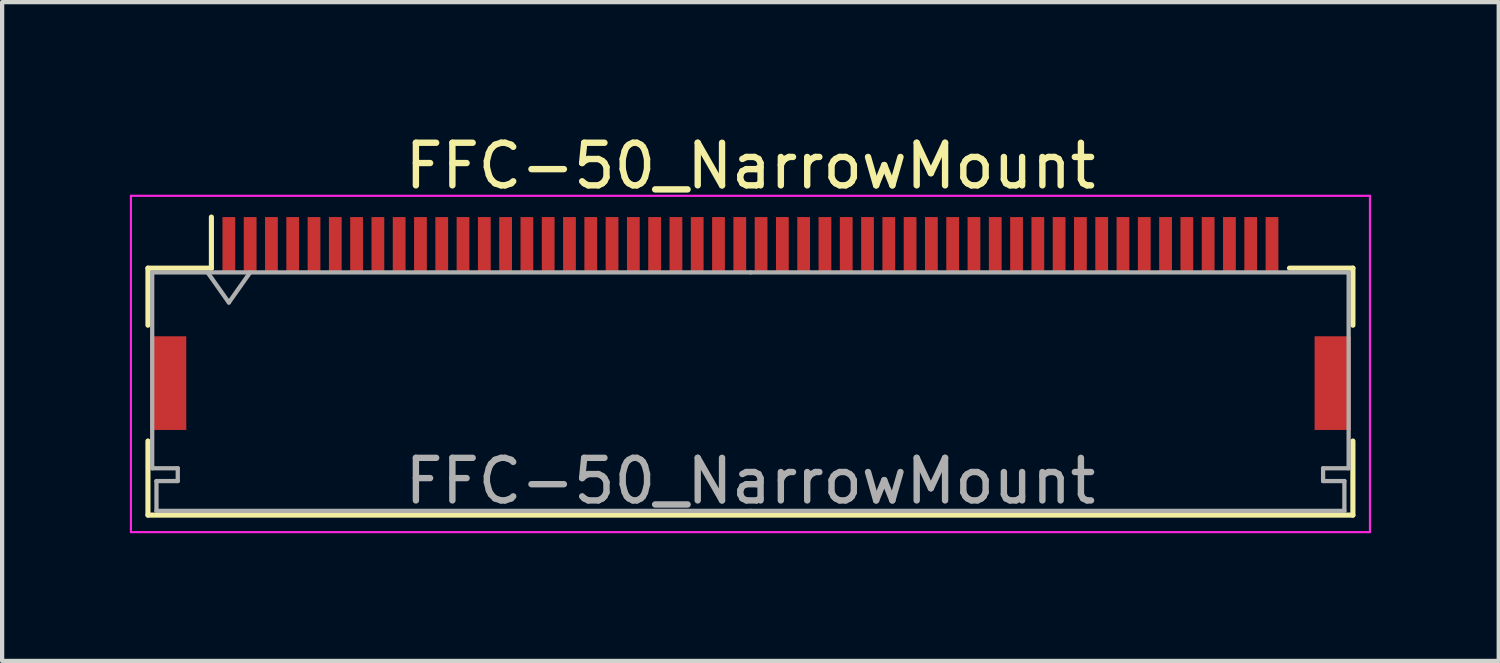
<source format=kicad_pcb>
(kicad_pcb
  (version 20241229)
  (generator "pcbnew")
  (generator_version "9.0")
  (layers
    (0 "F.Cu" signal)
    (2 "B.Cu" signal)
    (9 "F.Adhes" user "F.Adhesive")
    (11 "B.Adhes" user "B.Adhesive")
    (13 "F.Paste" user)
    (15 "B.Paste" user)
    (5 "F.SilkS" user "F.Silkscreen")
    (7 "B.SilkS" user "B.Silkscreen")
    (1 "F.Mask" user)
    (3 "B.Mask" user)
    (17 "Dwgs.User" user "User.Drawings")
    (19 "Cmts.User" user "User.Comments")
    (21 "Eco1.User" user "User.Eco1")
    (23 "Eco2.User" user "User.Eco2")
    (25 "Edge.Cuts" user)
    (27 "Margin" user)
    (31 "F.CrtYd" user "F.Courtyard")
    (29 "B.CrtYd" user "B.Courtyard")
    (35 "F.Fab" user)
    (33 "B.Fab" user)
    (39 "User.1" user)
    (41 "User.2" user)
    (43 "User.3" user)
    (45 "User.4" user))
  (footprint "FFC-50_NarrowMount"
    (layer "F.Cu")
    (at 14.575 4.548)
    (property "Reference" "FFC-50_NarrowMount" (at 0 -3.7 0) (layer "F.SilkS") (effects (font (size 1 1) (thickness 0.15))))
    (attr smd)
    (fp_line (start -14.15 -1.3) (end -14.15 0.04) (stroke (width 0.12) (type solid)) (layer "F.SilkS"))
    (fp_line (start -14.15 2.76) (end -14.15 4.5) (stroke (width 0.12) (type solid)) (layer "F.SilkS"))
    (fp_line (start -14.15 4.5) (end 14.15 4.5) (stroke (width 0.12) (type solid)) (layer "F.SilkS"))
    (fp_line (start -12.66 -1.3) (end -14.15 -1.3) (stroke (width 0.12) (type solid)) (layer "F.SilkS"))
    (fp_line (start -12.66 -1.3) (end -12.66 -2.5) (stroke (width 0.12) (type solid)) (layer "F.SilkS"))
    (fp_line (start 12.66 -1.3) (end 14.15 -1.3) (stroke (width 0.12) (type solid)) (layer "F.SilkS"))
    (fp_line (start 14.15 -1.3) (end 14.15 0.04) (stroke (width 0.12) (type solid)) (layer "F.SilkS"))
    (fp_line (start 14.15 4.5) (end 14.15 2.76) (stroke (width 0.12) (type solid)) (layer "F.SilkS"))
    (fp_line (start -14.55 -3) (end -14.55 4.9) (stroke (width 0.05) (type solid)) (layer "F.CrtYd"))
    (fp_line (start -14.55 4.9) (end 14.55 4.9) (stroke (width 0.05) (type solid)) (layer "F.CrtYd"))
    (fp_line (start 14.55 -3) (end -14.55 -3) (stroke (width 0.05) (type solid)) (layer "F.CrtYd"))
    (fp_line (start 14.55 4.9) (end 14.55 -3) (stroke (width 0.05) (type solid)) (layer "F.CrtYd"))
    (fp_line (start -14.05 -1.2) (end -14.05 3.4) (stroke (width 0.1) (type solid)) (layer "F.Fab"))
    (fp_line (start -14.05 3.4) (end -13.45 3.4) (stroke (width 0.1) (type solid)) (layer "F.Fab"))
    (fp_line (start -13.95 3.7) (end -13.95 4.4) (stroke (width 0.1) (type solid)) (layer "F.Fab"))
    (fp_line (start -13.95 4.4) (end 0 4.4) (stroke (width 0.1) (type solid)) (layer "F.Fab"))
    (fp_line (start -13.45 3.4) (end -13.45 3.7) (stroke (width 0.1) (type solid)) (layer "F.Fab"))
    (fp_line (start -13.45 3.7) (end -13.95 3.7) (stroke (width 0.1) (type solid)) (layer "F.Fab"))
    (fp_line (start -12.75 -1.2) (end -12.25 -0.493) (stroke (width 0.1) (type solid)) (layer "F.Fab"))
    (fp_line (start -12.25 -0.493) (end -11.75 -1.2) (stroke (width 0.1) (type solid)) (layer "F.Fab"))
    (fp_line (start 0 -1.2) (end -14.05 -1.2) (stroke (width 0.1) (type solid)) (layer "F.Fab"))
    (fp_line (start 0 -1.2) (end 14.05 -1.2) (stroke (width 0.1) (type solid)) (layer "F.Fab"))
    (fp_line (start 13.45 3.4) (end 13.45 3.7) (stroke (width 0.1) (type solid)) (layer "F.Fab"))
    (fp_line (start 13.45 3.7) (end 13.95 3.7) (stroke (width 0.1) (type solid)) (layer "F.Fab"))
    (fp_line (start 13.95 3.7) (end 13.95 4.4) (stroke (width 0.1) (type solid)) (layer "F.Fab"))
    (fp_line (start 13.95 4.4) (end 0 4.4) (stroke (width 0.1) (type solid)) (layer "F.Fab"))
    (fp_line (start 14.05 -1.2) (end 14.05 3.4) (stroke (width 0.1) (type solid)) (layer "F.Fab"))
    (fp_line (start 14.05 3.4) (end 13.45 3.4) (stroke (width 0.1) (type solid)) (layer "F.Fab"))
    (fp_text user "${REFERENCE}" (at 0 3.7 0) (layer "F.Fab") (effects (font (size 1 1) (thickness 0.15))))
    (pad "1" smd rect (at -12.25 -1.85) (size 0.3 1.3) (layers "F.Cu" "F.Mask" "F.Paste"))
    (pad "2" smd rect (at -11.75 -1.85) (size 0.3 1.3) (layers "F.Cu" "F.Mask" "F.Paste"))
    (pad "3" smd rect (at -11.25 -1.85) (size 0.3 1.3) (layers "F.Cu" "F.Mask" "F.Paste"))
    (pad "4" smd rect (at -10.75 -1.85) (size 0.3 1.3) (layers "F.Cu" "F.Mask" "F.Paste"))
    (pad "5" smd rect (at -10.25 -1.85) (size 0.3 1.3) (layers "F.Cu" "F.Mask" "F.Paste"))
    (pad "6" smd rect (at -9.75 -1.85) (size 0.3 1.3) (layers "F.Cu" "F.Mask" "F.Paste"))
    (pad "7" smd rect (at -9.25 -1.85) (size 0.3 1.3) (layers "F.Cu" "F.Mask" "F.Paste"))
    (pad "8" smd rect (at -8.75 -1.85) (size 0.3 1.3) (layers "F.Cu" "F.Mask" "F.Paste"))
    (pad "9" smd rect (at -8.25 -1.85) (size 0.3 1.3) (layers "F.Cu" "F.Mask" "F.Paste"))
    (pad "10" smd rect (at -7.75 -1.85) (size 0.3 1.3) (layers "F.Cu" "F.Mask" "F.Paste"))
    (pad "11" smd rect (at -7.25 -1.85) (size 0.3 1.3) (layers "F.Cu" "F.Mask" "F.Paste"))
    (pad "12" smd rect (at -6.75 -1.85) (size 0.3 1.3) (layers "F.Cu" "F.Mask" "F.Paste"))
    (pad "13" smd rect (at -6.25 -1.85) (size 0.3 1.3) (layers "F.Cu" "F.Mask" "F.Paste"))
    (pad "14" smd rect (at -5.75 -1.85) (size 0.3 1.3) (layers "F.Cu" "F.Mask" "F.Paste"))
    (pad "15" smd rect (at -5.25 -1.85) (size 0.3 1.3) (layers "F.Cu" "F.Mask" "F.Paste"))
    (pad "16" smd rect (at -4.75 -1.85) (size 0.3 1.3) (layers "F.Cu" "F.Mask" "F.Paste"))
    (pad "17" smd rect (at -4.25 -1.85) (size 0.3 1.3) (layers "F.Cu" "F.Mask" "F.Paste"))
    (pad "18" smd rect (at -3.75 -1.85) (size 0.3 1.3) (layers "F.Cu" "F.Mask" "F.Paste"))
    (pad "19" smd rect (at -3.25 -1.85) (size 0.3 1.3) (layers "F.Cu" "F.Mask" "F.Paste"))
    (pad "20" smd rect (at -2.75 -1.85) (size 0.3 1.3) (layers "F.Cu" "F.Mask" "F.Paste"))
    (pad "21" smd rect (at -2.25 -1.85) (size 0.3 1.3) (layers "F.Cu" "F.Mask" "F.Paste"))
    (pad "22" smd rect (at -1.75 -1.85) (size 0.3 1.3) (layers "F.Cu" "F.Mask" "F.Paste"))
    (pad "23" smd rect (at -1.25 -1.85) (size 0.3 1.3) (layers "F.Cu" "F.Mask" "F.Paste"))
    (pad "24" smd rect (at -0.75 -1.85) (size 0.3 1.3) (layers "F.Cu" "F.Mask" "F.Paste"))
    (pad "25" smd rect (at -0.25 -1.85) (size 0.3 1.3) (layers "F.Cu" "F.Mask" "F.Paste"))
    (pad "26" smd rect (at 0.25 -1.85) (size 0.3 1.3) (layers "F.Cu" "F.Mask" "F.Paste"))
    (pad "27" smd rect (at 0.75 -1.85) (size 0.3 1.3) (layers "F.Cu" "F.Mask" "F.Paste"))
    (pad "28" smd rect (at 1.25 -1.85) (size 0.3 1.3) (layers "F.Cu" "F.Mask" "F.Paste"))
    (pad "29" smd rect (at 1.75 -1.85) (size 0.3 1.3) (layers "F.Cu" "F.Mask" "F.Paste"))
    (pad "30" smd rect (at 2.25 -1.85) (size 0.3 1.3) (layers "F.Cu" "F.Mask" "F.Paste"))
    (pad "31" smd rect (at 2.75 -1.85) (size 0.3 1.3) (layers "F.Cu" "F.Mask" "F.Paste"))
    (pad "32" smd rect (at 3.25 -1.85) (size 0.3 1.3) (layers "F.Cu" "F.Mask" "F.Paste"))
    (pad "33" smd rect (at 3.75 -1.85) (size 0.3 1.3) (layers "F.Cu" "F.Mask" "F.Paste"))
    (pad "34" smd rect (at 4.25 -1.85) (size 0.3 1.3) (layers "F.Cu" "F.Mask" "F.Paste"))
    (pad "35" smd rect (at 4.75 -1.85) (size 0.3 1.3) (layers "F.Cu" "F.Mask" "F.Paste"))
    (pad "36" smd rect (at 5.25 -1.85) (size 0.3 1.3) (layers "F.Cu" "F.Mask" "F.Paste"))
    (pad "37" smd rect (at 5.75 -1.85) (size 0.3 1.3) (layers "F.Cu" "F.Mask" "F.Paste"))
    (pad "38" smd rect (at 6.25 -1.85) (size 0.3 1.3) (layers "F.Cu" "F.Mask" "F.Paste"))
    (pad "39" smd rect (at 6.75 -1.85) (size 0.3 1.3) (layers "F.Cu" "F.Mask" "F.Paste"))
    (pad "40" smd rect (at 7.25 -1.85) (size 0.3 1.3) (layers "F.Cu" "F.Mask" "F.Paste"))
    (pad "41" smd rect (at 7.75 -1.85) (size 0.3 1.3) (layers "F.Cu" "F.Mask" "F.Paste"))
    (pad "42" smd rect (at 8.25 -1.85) (size 0.3 1.3) (layers "F.Cu" "F.Mask" "F.Paste"))
    (pad "43" smd rect (at 8.75 -1.85) (size 0.3 1.3) (layers "F.Cu" "F.Mask" "F.Paste"))
    (pad "44" smd rect (at 9.25 -1.85) (size 0.3 1.3) (layers "F.Cu" "F.Mask" "F.Paste"))
    (pad "45" smd rect (at 9.75 -1.85) (size 0.3 1.3) (layers "F.Cu" "F.Mask" "F.Paste"))
    (pad "46" smd rect (at 10.25 -1.85) (size 0.3 1.3) (layers "F.Cu" "F.Mask" "F.Paste"))
    (pad "47" smd rect (at 10.75 -1.85) (size 0.3 1.3) (layers "F.Cu" "F.Mask" "F.Paste"))
    (pad "48" smd rect (at 11.25 -1.85) (size 0.3 1.3) (layers "F.Cu" "F.Mask" "F.Paste"))
    (pad "49" smd rect (at 11.75 -1.85) (size 0.3 1.3) (layers "F.Cu" "F.Mask" "F.Paste"))
    (pad "50" smd rect (at 12.25 -1.85) (size 0.3 1.3) (layers "F.Cu" "F.Mask" "F.Paste"))
    (pad "MP" smd rect (at -13.675 1.4) (size 0.85 2.2) (layers "F.Cu" "F.Mask" "F.Paste"))
    (pad "MP" smd rect (at 13.675 1.4) (size 0.85 2.2) (layers "F.Cu" "F.Mask" "F.Paste")))
  (gr_rect
    (start -3 -3)
    (end 32.15 12.473)
    (stroke (width 0.1) (type default))
    (fill no)
    (layer "Edge.Cuts")))
</source>
